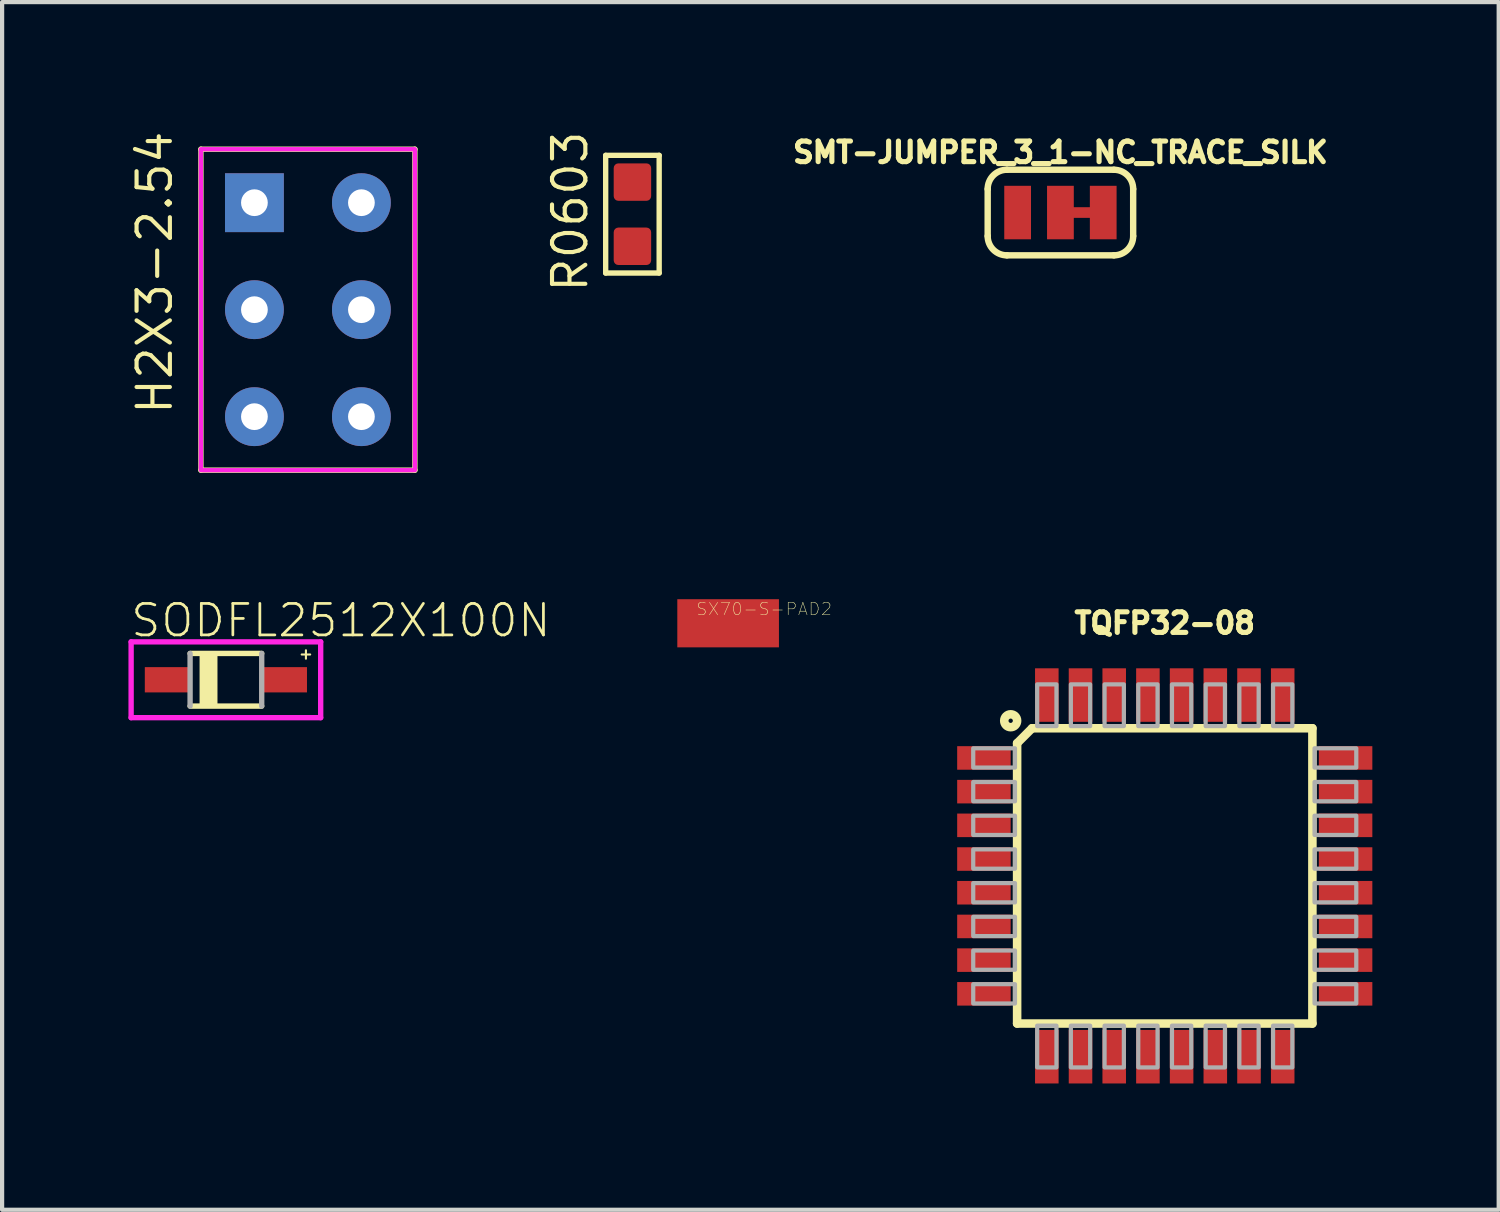
<source format=kicad_pcb>
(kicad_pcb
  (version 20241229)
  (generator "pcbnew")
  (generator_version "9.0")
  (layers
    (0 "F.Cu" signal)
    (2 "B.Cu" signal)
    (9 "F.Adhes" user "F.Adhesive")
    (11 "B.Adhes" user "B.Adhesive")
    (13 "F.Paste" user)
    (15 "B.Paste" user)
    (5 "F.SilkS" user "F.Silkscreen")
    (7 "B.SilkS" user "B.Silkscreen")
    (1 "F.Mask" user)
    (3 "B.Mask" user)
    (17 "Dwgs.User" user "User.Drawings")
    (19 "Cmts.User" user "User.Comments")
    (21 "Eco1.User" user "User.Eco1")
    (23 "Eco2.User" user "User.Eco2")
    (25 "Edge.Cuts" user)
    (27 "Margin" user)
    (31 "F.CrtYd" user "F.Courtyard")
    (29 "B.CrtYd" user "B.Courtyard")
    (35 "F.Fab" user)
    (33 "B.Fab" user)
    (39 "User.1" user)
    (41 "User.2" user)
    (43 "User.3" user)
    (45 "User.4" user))
  (footprint "TQFP32-08"
    (layer "F.Cu")
    (at 24.602 17.744)
    (property "Reference" "TQFP32-08" (at 0 -5.715 0) (layer "F.SilkS") (effects (font (size 0.488 0.488) (thickness 0.122)) (justify bottom)))
    (fp_line (start -3.505 3.505) (end -3.505 -3.15) (stroke (width 0.203) (type solid)) (layer "F.SilkS"))
    (fp_line (start -3.15 -3.505) (end -3.505 -3.15) (stroke (width 0.203) (type solid)) (layer "F.SilkS"))
    (fp_line (start -3.15 -3.505) (end 3.505 -3.505) (stroke (width 0.203) (type solid)) (layer "F.SilkS"))
    (fp_line (start 3.505 -3.505) (end 3.505 3.505) (stroke (width 0.203) (type solid)) (layer "F.SilkS"))
    (fp_line (start 3.505 3.505) (end -3.505 3.505) (stroke (width 0.203) (type solid)) (layer "F.SilkS"))
    (fp_circle (center -3.658 -3.683) (end -3.505 -3.683) (stroke (width 0.203) (type solid)) (fill no) (layer "F.SilkS"))
    (fp_poly (pts (xy -4.547 -2.571) (xy -3.556 -2.571) (xy -3.556 -3.029) (xy -4.547 -3.029)) (stroke (width 0.1) (type default)) (fill no) (layer "F.Fab"))
    (fp_poly (pts (xy -4.547 -1.771) (xy -3.556 -1.771) (xy -3.556 -2.229) (xy -4.547 -2.229)) (stroke (width 0.1) (type default)) (fill no) (layer "F.Fab"))
    (fp_poly (pts (xy -4.547 -0.971) (xy -3.556 -0.971) (xy -3.556 -1.429) (xy -4.547 -1.429)) (stroke (width 0.1) (type default)) (fill no) (layer "F.Fab"))
    (fp_poly (pts (xy -4.547 -0.171) (xy -3.556 -0.171) (xy -3.556 -0.629) (xy -4.547 -0.629)) (stroke (width 0.1) (type default)) (fill no) (layer "F.Fab"))
    (fp_poly (pts (xy -4.547 0.629) (xy -3.556 0.629) (xy -3.556 0.171) (xy -4.547 0.171)) (stroke (width 0.1) (type default)) (fill no) (layer "F.Fab"))
    (fp_poly (pts (xy -4.547 1.429) (xy -3.556 1.429) (xy -3.556 0.971) (xy -4.547 0.971)) (stroke (width 0.1) (type default)) (fill no) (layer "F.Fab"))
    (fp_poly (pts (xy -4.547 2.229) (xy -3.556 2.229) (xy -3.556 1.771) (xy -4.547 1.771)) (stroke (width 0.1) (type default)) (fill no) (layer "F.Fab"))
    (fp_poly (pts (xy -4.547 3.029) (xy -3.556 3.029) (xy -3.556 2.571) (xy -4.547 2.571)) (stroke (width 0.1) (type default)) (fill no) (layer "F.Fab"))
    (fp_poly (pts (xy -3.029 -3.556) (xy -2.571 -3.556) (xy -2.571 -4.547) (xy -3.029 -4.547)) (stroke (width 0.1) (type default)) (fill no) (layer "F.Fab"))
    (fp_poly (pts (xy -3.029 4.547) (xy -2.571 4.547) (xy -2.571 3.556) (xy -3.029 3.556)) (stroke (width 0.1) (type default)) (fill no) (layer "F.Fab"))
    (fp_poly (pts (xy -2.229 -3.556) (xy -1.771 -3.556) (xy -1.771 -4.547) (xy -2.229 -4.547)) (stroke (width 0.1) (type default)) (fill no) (layer "F.Fab"))
    (fp_poly (pts (xy -2.229 4.547) (xy -1.771 4.547) (xy -1.771 3.556) (xy -2.229 3.556)) (stroke (width 0.1) (type default)) (fill no) (layer "F.Fab"))
    (fp_poly (pts (xy -1.429 -3.556) (xy -0.971 -3.556) (xy -0.971 -4.547) (xy -1.429 -4.547)) (stroke (width 0.1) (type default)) (fill no) (layer "F.Fab"))
    (fp_poly (pts (xy -1.429 4.547) (xy -0.971 4.547) (xy -0.971 3.556) (xy -1.429 3.556)) (stroke (width 0.1) (type default)) (fill no) (layer "F.Fab"))
    (fp_poly (pts (xy -0.629 -3.556) (xy -0.171 -3.556) (xy -0.171 -4.547) (xy -0.629 -4.547)) (stroke (width 0.1) (type default)) (fill no) (layer "F.Fab"))
    (fp_poly (pts (xy -0.629 4.547) (xy -0.171 4.547) (xy -0.171 3.556) (xy -0.629 3.556)) (stroke (width 0.1) (type default)) (fill no) (layer "F.Fab"))
    (fp_poly (pts (xy 0.171 -3.556) (xy 0.629 -3.556) (xy 0.629 -4.547) (xy 0.171 -4.547)) (stroke (width 0.1) (type default)) (fill no) (layer "F.Fab"))
    (fp_poly (pts (xy 0.171 4.547) (xy 0.629 4.547) (xy 0.629 3.556) (xy 0.171 3.556)) (stroke (width 0.1) (type default)) (fill no) (layer "F.Fab"))
    (fp_poly (pts (xy 0.971 -3.556) (xy 1.429 -3.556) (xy 1.429 -4.547) (xy 0.971 -4.547)) (stroke (width 0.1) (type default)) (fill no) (layer "F.Fab"))
    (fp_poly (pts (xy 0.971 4.547) (xy 1.429 4.547) (xy 1.429 3.556) (xy 0.971 3.556)) (stroke (width 0.1) (type default)) (fill no) (layer "F.Fab"))
    (fp_poly (pts (xy 1.771 -3.556) (xy 2.229 -3.556) (xy 2.229 -4.547) (xy 1.771 -4.547)) (stroke (width 0.1) (type default)) (fill no) (layer "F.Fab"))
    (fp_poly (pts (xy 1.771 4.547) (xy 2.229 4.547) (xy 2.229 3.556) (xy 1.771 3.556)) (stroke (width 0.1) (type default)) (fill no) (layer "F.Fab"))
    (fp_poly (pts (xy 2.571 -3.556) (xy 3.029 -3.556) (xy 3.029 -4.547) (xy 2.571 -4.547)) (stroke (width 0.1) (type default)) (fill no) (layer "F.Fab"))
    (fp_poly (pts (xy 2.571 4.547) (xy 3.029 4.547) (xy 3.029 3.556) (xy 2.571 3.556)) (stroke (width 0.1) (type default)) (fill no) (layer "F.Fab"))
    (fp_poly (pts (xy 3.556 -2.571) (xy 4.547 -2.571) (xy 4.547 -3.029) (xy 3.556 -3.029)) (stroke (width 0.1) (type default)) (fill no) (layer "F.Fab"))
    (fp_poly (pts (xy 3.556 -1.771) (xy 4.547 -1.771) (xy 4.547 -2.229) (xy 3.556 -2.229)) (stroke (width 0.1) (type default)) (fill no) (layer "F.Fab"))
    (fp_poly (pts (xy 3.556 -0.971) (xy 4.547 -0.971) (xy 4.547 -1.429) (xy 3.556 -1.429)) (stroke (width 0.1) (type default)) (fill no) (layer "F.Fab"))
    (fp_poly (pts (xy 3.556 -0.171) (xy 4.547 -0.171) (xy 4.547 -0.629) (xy 3.556 -0.629)) (stroke (width 0.1) (type default)) (fill no) (layer "F.Fab"))
    (fp_poly (pts (xy 3.556 0.629) (xy 4.547 0.629) (xy 4.547 0.171) (xy 3.556 0.171)) (stroke (width 0.1) (type default)) (fill no) (layer "F.Fab"))
    (fp_poly (pts (xy 3.556 1.429) (xy 4.547 1.429) (xy 4.547 0.971) (xy 3.556 0.971)) (stroke (width 0.1) (type default)) (fill no) (layer "F.Fab"))
    (fp_poly (pts (xy 3.556 2.229) (xy 4.547 2.229) (xy 4.547 1.771) (xy 3.556 1.771)) (stroke (width 0.1) (type default)) (fill no) (layer "F.Fab"))
    (fp_poly (pts (xy 3.556 3.029) (xy 4.547 3.029) (xy 4.547 2.571) (xy 3.556 2.571)) (stroke (width 0.1) (type default)) (fill no) (layer "F.Fab"))
    (pad "1" smd rect (at -4.293 -2.8) (size 1.27 0.559) (layers "F.Cu" "F.Mask" "F.Paste"))
    (pad "2" smd rect (at -4.293 -2) (size 1.27 0.559) (layers "F.Cu" "F.Mask" "F.Paste"))
    (pad "3" smd rect (at -4.293 -1.2) (size 1.27 0.559) (layers "F.Cu" "F.Mask" "F.Paste"))
    (pad "4" smd rect (at -4.293 -0.4) (size 1.27 0.559) (layers "F.Cu" "F.Mask" "F.Paste"))
    (pad "5" smd rect (at -4.293 0.4) (size 1.27 0.559) (layers "F.Cu" "F.Mask" "F.Paste"))
    (pad "6" smd rect (at -4.293 1.2) (size 1.27 0.559) (layers "F.Cu" "F.Mask" "F.Paste"))
    (pad "7" smd rect (at -4.293 2) (size 1.27 0.559) (layers "F.Cu" "F.Mask" "F.Paste"))
    (pad "8" smd rect (at -4.293 2.8) (size 1.27 0.559) (layers "F.Cu" "F.Mask" "F.Paste"))
    (pad "9" smd rect (at -2.8 4.293) (size 0.559 1.27) (layers "F.Cu" "F.Mask" "F.Paste"))
    (pad "10" smd rect (at -2 4.293) (size 0.559 1.27) (layers "F.Cu" "F.Mask" "F.Paste"))
    (pad "11" smd rect (at -1.2 4.293) (size 0.559 1.27) (layers "F.Cu" "F.Mask" "F.Paste"))
    (pad "12" smd rect (at -0.4 4.293) (size 0.559 1.27) (layers "F.Cu" "F.Mask" "F.Paste"))
    (pad "13" smd rect (at 0.4 4.293) (size 0.559 1.27) (layers "F.Cu" "F.Mask" "F.Paste"))
    (pad "14" smd rect (at 1.2 4.293) (size 0.559 1.27) (layers "F.Cu" "F.Mask" "F.Paste"))
    (pad "15" smd rect (at 2 4.293) (size 0.559 1.27) (layers "F.Cu" "F.Mask" "F.Paste"))
    (pad "16" smd rect (at 2.8 4.293) (size 0.559 1.27) (layers "F.Cu" "F.Mask" "F.Paste"))
    (pad "17" smd rect (at 4.293 2.8) (size 1.27 0.559) (layers "F.Cu" "F.Mask" "F.Paste"))
    (pad "18" smd rect (at 4.293 2) (size 1.27 0.559) (layers "F.Cu" "F.Mask" "F.Paste"))
    (pad "19" smd rect (at 4.293 1.2) (size 1.27 0.559) (layers "F.Cu" "F.Mask" "F.Paste"))
    (pad "20" smd rect (at 4.293 0.4) (size 1.27 0.559) (layers "F.Cu" "F.Mask" "F.Paste"))
    (pad "21" smd rect (at 4.293 -0.4) (size 1.27 0.559) (layers "F.Cu" "F.Mask" "F.Paste"))
    (pad "22" smd rect (at 4.293 -1.2) (size 1.27 0.559) (layers "F.Cu" "F.Mask" "F.Paste"))
    (pad "23" smd rect (at 4.293 -2) (size 1.27 0.559) (layers "F.Cu" "F.Mask" "F.Paste"))
    (pad "24" smd rect (at 4.293 -2.8) (size 1.27 0.559) (layers "F.Cu" "F.Mask" "F.Paste"))
    (pad "25" smd rect (at 2.8 -4.293) (size 0.559 1.27) (layers "F.Cu" "F.Mask" "F.Paste"))
    (pad "26" smd rect (at 2 -4.293) (size 0.559 1.27) (layers "F.Cu" "F.Mask" "F.Paste"))
    (pad "27" smd rect (at 1.2 -4.293) (size 0.559 1.27) (layers "F.Cu" "F.Mask" "F.Paste"))
    (pad "28" smd rect (at 0.4 -4.293) (size 0.559 1.27) (layers "F.Cu" "F.Mask" "F.Paste"))
    (pad "29" smd rect (at -0.4 -4.293) (size 0.559 1.27) (layers "F.Cu" "F.Mask" "F.Paste"))
    (pad "30" smd rect (at -1.2 -4.293) (size 0.559 1.27) (layers "F.Cu" "F.Mask" "F.Paste"))
    (pad "31" smd rect (at -2 -4.293) (size 0.559 1.27) (layers "F.Cu" "F.Mask" "F.Paste"))
    (pad "32" smd rect (at -2.8 -4.293) (size 0.559 1.27) (layers "F.Cu" "F.Mask" "F.Paste")))
  (footprint "H2X3-2.54"
    (layer "F.Cu")
    (at 4.26 4.302)
    (property "Reference" "H2X3-2.54" (at -3.175 2.54 90) (layer "F.SilkS") (effects (font (size 0.791 0.791) (thickness 0.098)) (justify left bottom)))
    (fp_line (start -2.54 -3.81) (end 2.54 -3.81) (stroke (width 0.127) (type solid)) (layer "F.SilkS"))
    (fp_line (start -2.54 3.81) (end -2.54 -3.81) (stroke (width 0.127) (type solid)) (layer "F.SilkS"))
    (fp_line (start 2.54 -3.81) (end 2.54 3.81) (stroke (width 0.127) (type solid)) (layer "F.SilkS"))
    (fp_line (start 2.54 3.81) (end -2.54 3.81) (stroke (width 0.127) (type solid)) (layer "F.SilkS"))
    (fp_line (start -2.54 -3.81) (end 2.54 -3.81) (stroke (width 0.05) (type solid)) (layer "F.CrtYd"))
    (fp_line (start -2.54 3.81) (end -2.54 -3.81) (stroke (width 0.05) (type solid)) (layer "F.CrtYd"))
    (fp_line (start 2.54 -3.81) (end 2.54 3.81) (stroke (width 0.05) (type solid)) (layer "F.CrtYd"))
    (fp_line (start 2.54 3.81) (end -2.54 3.81) (stroke (width 0.05) (type solid)) (layer "F.CrtYd"))
    (fp_poly (pts (xy -2.54 3.81) (xy 2.54 3.81) (xy 2.54 -3.81) (xy -2.54 -3.81)) (stroke (width 0.1) (type default)) (fill no) (layer "F.CrtYd"))
    (pad "1" thru_hole rect (at -1.27 -2.54) (size 1.397 1.397) (drill 0.635) (layers "*.Cu" "*.Mask"))
    (pad "2" thru_hole circle (at -1.27 0) (size 1.397 1.397) (drill 0.635) (layers "*.Cu" "*.Mask"))
    (pad "3" thru_hole circle (at -1.27 2.54) (size 1.397 1.397) (drill 0.635) (layers "*.Cu" "*.Mask"))
    (pad "4" thru_hole circle (at 1.27 2.54) (size 1.397 1.397) (drill 0.635) (layers "*.Cu" "*.Mask"))
    (pad "5" thru_hole circle (at 1.27 0) (size 1.397 1.397) (drill 0.635) (layers "*.Cu" "*.Mask"))
    (pad "6" thru_hole circle (at 1.27 -2.54) (size 1.397 1.397) (drill 0.635) (layers "*.Cu" "*.Mask")))
  (footprint "SX70-S-PAD2"
    (layer "F.Cu")
    (at 14.226 11.834)
    (property "Reference" "SX70-S-PAD2" (at -0.762 -0.254 0) (layer "F.SilkS") (effects (font (size 0.293 0.293) (thickness 0.012)) (justify left bottom)))
    (pad "P$1" smd rect (at 0.01 -0.087) (size 2.413 1.143) (layers "F.Cu" "F.Mask" "F.Paste")))
  (footprint "R0603"
    (layer "F.Cu")
    (at 11.964 2.035)
    (property "Reference" "R0603" (at -1.016 1.905 90) (layer "F.SilkS") (effects (font (size 0.791 0.791) (thickness 0.098)) (justify left bottom)))
    (fp_line (start -0.635 -1.397) (end 0.635 -1.397) (stroke (width 0.127) (type solid)) (layer "F.SilkS"))
    (fp_line (start -0.635 1.397) (end -0.635 -1.397) (stroke (width 0.127) (type solid)) (layer "F.SilkS"))
    (fp_line (start 0.635 -1.397) (end 0.635 1.397) (stroke (width 0.127) (type solid)) (layer "F.SilkS"))
    (fp_line (start 0.635 1.397) (end -0.635 1.397) (stroke (width 0.127) (type solid)) (layer "F.SilkS"))
    (pad "1" smd roundrect (at 0 -0.762 270) (size 0.889 0.889) (layers "F.Cu" "F.Mask" "F.Paste") (roundrect_rratio 0.125))
    (pad "2" smd roundrect (at 0 0.762 270) (size 0.889 0.889) (layers "F.Cu" "F.Mask" "F.Paste") (roundrect_rratio 0.125)))
  (footprint "SMT-JUMPER_3_1-NC_TRACE_SILK"
    (layer "F.Cu")
    (at 22.125 1.996)
    (property "Reference" "SMT-JUMPER_3_1-NC_TRACE_SILK" (at 0 -1.143 0) (layer "F.SilkS") (effects (font (size 0.488 0.488) (thickness 0.122)) (justify bottom)))
    (fp_line (start 0 0) (end 1.016 0) (stroke (width 0.254) (type solid)) (layer "F.Cu"))
    (fp_poly (pts (xy 0.762 0.191) (xy 0.254 0.191) (xy 0.254 -0.191) (xy 0.762 -0.191)) (stroke (width 0) (type default)) (fill yes) (layer "F.Mask"))
    (fp_line (start -1.727 0.559) (end -1.727 -0.559) (stroke (width 0.152) (type solid)) (layer "F.SilkS"))
    (fp_line (start -1.27 -1.016) (end 1.27 -1.016) (stroke (width 0.152) (type solid)) (layer "F.SilkS"))
    (fp_line (start 1.27 1.016) (end -1.27 1.016) (stroke (width 0.152) (type solid)) (layer "F.SilkS"))
    (fp_line (start 1.727 0.559) (end 1.727 -0.559) (stroke (width 0.152) (type solid)) (layer "F.SilkS"))
    (fp_arc (start -1.7272 -0.5588) (mid -1.593289 -0.882089) (end -1.27 -1.016) (stroke (width 0.1524) (type solid)) (layer "F.SilkS"))
    (fp_arc (start -1.27 1.016) (mid -1.593289 0.882089) (end -1.7272 0.5588) (stroke (width 0.1524) (type solid)) (layer "F.SilkS"))
    (fp_arc (start 1.27 -1.016) (mid 1.593289 -0.882089) (end 1.7272 -0.5588) (stroke (width 0.1524) (type solid)) (layer "F.SilkS"))
    (fp_arc (start 1.7272 0.5588) (mid 1.593289 0.882089) (end 1.27 1.016) (stroke (width 0.1524) (type solid)) (layer "F.SilkS"))
    (pad "1" smd rect (at -1.016 0) (size 0.635 1.27) (layers "F.Cu" "F.Mask"))
    (pad "2" smd rect (at 0 0) (size 0.635 1.27) (layers "F.Cu" "F.Mask"))
    (pad "3" smd rect (at 1.016 0) (size 0.635 1.27) (layers "F.Cu" "F.Mask")))
  (footprint "SODFL2512X100N"
    (layer "F.Cu")
    (at 2.313 13.088)
    (property "Reference" "SODFL2512X100N" (at -2.3 -0.97 0) (layer "F.SilkS") (effects (font (size 0.748 0.748) (thickness 0.065)) (justify left bottom)))
    (fp_line (start -0.85 -0.625) (end 0.85 -0.625) (stroke (width 0.127) (type solid)) (layer "F.SilkS"))
    (fp_line (start -0.85 0.625) (end 0.85 0.625) (stroke (width 0.127) (type solid)) (layer "F.SilkS"))
    (fp_line (start 1.8 -0.6) (end 2 -0.6) (stroke (width 0.05) (type solid)) (layer "F.SilkS"))
    (fp_line (start 1.9 -0.7) (end 1.9 -0.5) (stroke (width 0.05) (type solid)) (layer "F.SilkS"))
    (fp_poly (pts (xy -0.625 0.625) (xy -0.2 0.625) (xy -0.2 -0.625) (xy -0.625 -0.625)) (stroke (width 0) (type default)) (fill yes) (layer "F.SilkS"))
    (fp_line (start -2.25 -0.9) (end -2.25 0.9) (stroke (width 0.127) (type solid)) (layer "F.CrtYd"))
    (fp_line (start -2.25 0.9) (end 2.25 0.9) (stroke (width 0.127) (type solid)) (layer "F.CrtYd"))
    (fp_line (start 2.25 -0.9) (end -2.25 -0.9) (stroke (width 0.127) (type solid)) (layer "F.CrtYd"))
    (fp_line (start 2.25 0.9) (end 2.25 -0.9) (stroke (width 0.127) (type solid)) (layer "F.CrtYd"))
    (fp_line (start -0.85 0.625) (end -0.85 -0.625) (stroke (width 0.127) (type solid)) (layer "F.Fab"))
    (fp_line (start 0.85 -0.625) (end 0.85 0.625) (stroke (width 0.127) (type solid)) (layer "F.Fab"))
    (pad "A" smd rect (at 1.4 0) (size 1.05 0.6) (layers "F.Cu" "F.Mask" "F.Paste"))
    (pad "C" smd rect (at -1.4 0) (size 1.05 0.6) (layers "F.Cu" "F.Mask" "F.Paste")))
  (gr_rect
    (start -3 -3)
    (end 32.53 25.671)
    (stroke (width 0.1) (type default))
    (fill no)
    (layer "Edge.Cuts")))
</source>
